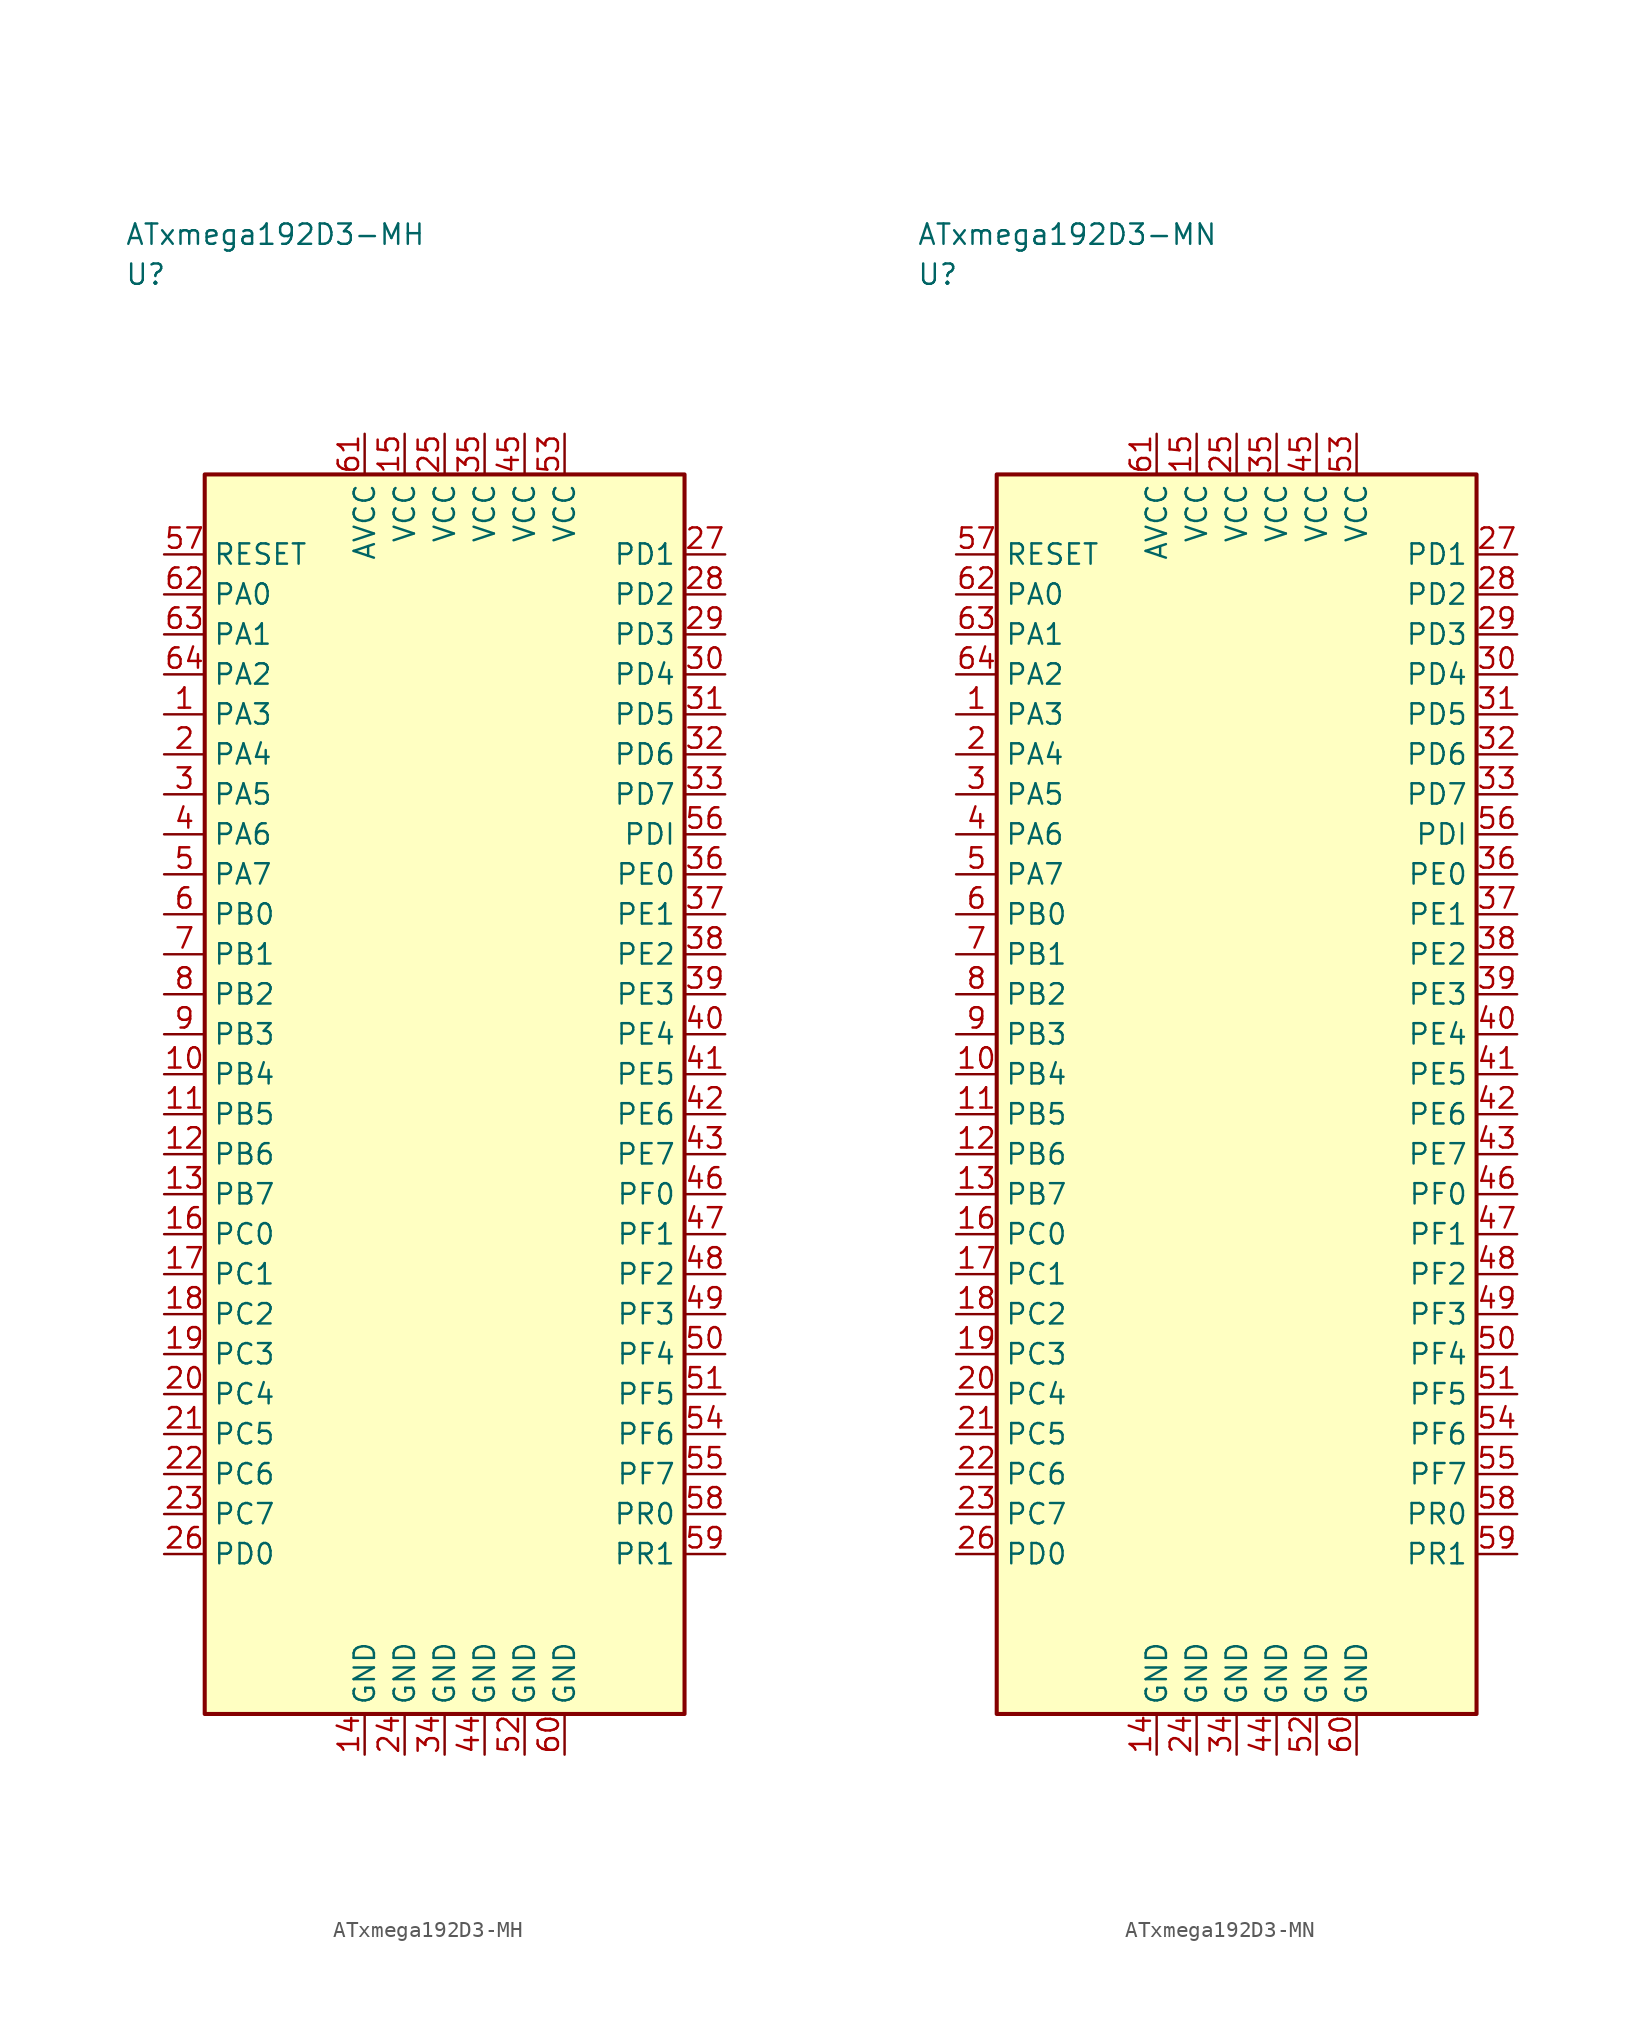
<source format=kicad_sym>
(kicad_symbol_lib
  (version 20241025)
  (generator "kicad_symbol_editor")
  (generator_version "8.0")
  (symbol "ATxmega192D3-MH"
    (property "Reference" "U"
      (at -20.0 51.25 0)
      (effects (font (size 1.27 1.27)) (justify left)))
    (property "Value" "ATxmega192D3-MH"
      (at -20.0 53.75 0)
      (effects (font (size 1.27 1.27)) (justify left)))
    (symbol "ATxmega192D3-MH_0_1"
      (rectangle (start -15.0 38.75) (end 15.0 -38.75) (stroke (width 0.254) (type default)) (fill (type background))))
    (symbol "ATxmega192D3-MH_1_1"
      (pin bidirectional line (at -17.54 23.75 0.0) (length 2.54) (name "PA3" (effects (font (size 1.27 1.27)))) (number "1" (effects (font (size 1.27 1.27)))))
      (pin bidirectional line (at -17.54 21.25 0.0) (length 2.54) (name "PA4" (effects (font (size 1.27 1.27)))) (number "2" (effects (font (size 1.27 1.27)))))
      (pin bidirectional line (at -17.54 18.75 0.0) (length 2.54) (name "PA5" (effects (font (size 1.27 1.27)))) (number "3" (effects (font (size 1.27 1.27)))))
      (pin bidirectional line (at -17.54 16.25 0.0) (length 2.54) (name "PA6" (effects (font (size 1.27 1.27)))) (number "4" (effects (font (size 1.27 1.27)))))
      (pin bidirectional line (at -17.54 13.75 0.0) (length 2.54) (name "PA7" (effects (font (size 1.27 1.27)))) (number "5" (effects (font (size 1.27 1.27)))))
      (pin bidirectional line (at -17.54 11.25 0.0) (length 2.54) (name "PB0" (effects (font (size 1.27 1.27)))) (number "6" (effects (font (size 1.27 1.27)))))
      (pin bidirectional line (at -17.54 8.75 0.0) (length 2.54) (name "PB1" (effects (font (size 1.27 1.27)))) (number "7" (effects (font (size 1.27 1.27)))))
      (pin bidirectional line (at -17.54 6.25 0.0) (length 2.54) (name "PB2" (effects (font (size 1.27 1.27)))) (number "8" (effects (font (size 1.27 1.27)))))
      (pin bidirectional line (at -17.54 3.75 0.0) (length 2.54) (name "PB3" (effects (font (size 1.27 1.27)))) (number "9" (effects (font (size 1.27 1.27)))))
      (pin bidirectional line (at -17.54 1.25 0.0) (length 2.54) (name "PB4" (effects (font (size 1.27 1.27)))) (number "10" (effects (font (size 1.27 1.27)))))
      (pin bidirectional line (at -17.54 -1.25 0.0) (length 2.54) (name "PB5" (effects (font (size 1.27 1.27)))) (number "11" (effects (font (size 1.27 1.27)))))
      (pin bidirectional line (at -17.54 -3.75 0.0) (length 2.54) (name "PB6" (effects (font (size 1.27 1.27)))) (number "12" (effects (font (size 1.27 1.27)))))
      (pin bidirectional line (at -17.54 -6.25 0.0) (length 2.54) (name "PB7" (effects (font (size 1.27 1.27)))) (number "13" (effects (font (size 1.27 1.27)))))
      (pin passive line (at -5.0 -41.29 90.0) (length 2.54) (name "GND" (effects (font (size 1.27 1.27)))) (number "14" (effects (font (size 1.27 1.27)))))
      (pin power_in line (at -2.5 41.29 270.0) (length 2.54) (name "VCC" (effects (font (size 1.27 1.27)))) (number "15" (effects (font (size 1.27 1.27)))))
      (pin bidirectional line (at -17.54 -8.75 0.0) (length 2.54) (name "PC0" (effects (font (size 1.27 1.27)))) (number "16" (effects (font (size 1.27 1.27)))))
      (pin bidirectional line (at -17.54 -11.25 0.0) (length 2.54) (name "PC1" (effects (font (size 1.27 1.27)))) (number "17" (effects (font (size 1.27 1.27)))))
      (pin bidirectional line (at -17.54 -13.75 0.0) (length 2.54) (name "PC2" (effects (font (size 1.27 1.27)))) (number "18" (effects (font (size 1.27 1.27)))))
      (pin bidirectional line (at -17.54 -16.25 0.0) (length 2.54) (name "PC3" (effects (font (size 1.27 1.27)))) (number "19" (effects (font (size 1.27 1.27)))))
      (pin bidirectional line (at -17.54 -18.75 0.0) (length 2.54) (name "PC4" (effects (font (size 1.27 1.27)))) (number "20" (effects (font (size 1.27 1.27)))))
      (pin bidirectional line (at -17.54 -21.25 0.0) (length 2.54) (name "PC5" (effects (font (size 1.27 1.27)))) (number "21" (effects (font (size 1.27 1.27)))))
      (pin bidirectional line (at -17.54 -23.75 0.0) (length 2.54) (name "PC6" (effects (font (size 1.27 1.27)))) (number "22" (effects (font (size 1.27 1.27)))))
      (pin bidirectional line (at -17.54 -26.25 0.0) (length 2.54) (name "PC7" (effects (font (size 1.27 1.27)))) (number "23" (effects (font (size 1.27 1.27)))))
      (pin passive line (at -2.5 -41.29 90.0) (length 2.54) (name "GND" (effects (font (size 1.27 1.27)))) (number "24" (effects (font (size 1.27 1.27)))))
      (pin power_in line (at 0.0 41.29 270.0) (length 2.54) (name "VCC" (effects (font (size 1.27 1.27)))) (number "25" (effects (font (size 1.27 1.27)))))
      (pin bidirectional line (at -17.54 -28.75 0.0) (length 2.54) (name "PD0" (effects (font (size 1.27 1.27)))) (number "26" (effects (font (size 1.27 1.27)))))
      (pin bidirectional line (at 17.54 33.75 180.0) (length 2.54) (name "PD1" (effects (font (size 1.27 1.27)))) (number "27" (effects (font (size 1.27 1.27)))))
      (pin bidirectional line (at 17.54 31.25 180.0) (length 2.54) (name "PD2" (effects (font (size 1.27 1.27)))) (number "28" (effects (font (size 1.27 1.27)))))
      (pin bidirectional line (at 17.54 28.75 180.0) (length 2.54) (name "PD3" (effects (font (size 1.27 1.27)))) (number "29" (effects (font (size 1.27 1.27)))))
      (pin bidirectional line (at 17.54 26.25 180.0) (length 2.54) (name "PD4" (effects (font (size 1.27 1.27)))) (number "30" (effects (font (size 1.27 1.27)))))
      (pin bidirectional line (at 17.54 23.75 180.0) (length 2.54) (name "PD5" (effects (font (size 1.27 1.27)))) (number "31" (effects (font (size 1.27 1.27)))))
      (pin bidirectional line (at 17.54 21.25 180.0) (length 2.54) (name "PD6" (effects (font (size 1.27 1.27)))) (number "32" (effects (font (size 1.27 1.27)))))
      (pin bidirectional line (at 17.54 18.75 180.0) (length 2.54) (name "PD7" (effects (font (size 1.27 1.27)))) (number "33" (effects (font (size 1.27 1.27)))))
      (pin passive line (at 0.0 -41.29 90.0) (length 2.54) (name "GND" (effects (font (size 1.27 1.27)))) (number "34" (effects (font (size 1.27 1.27)))))
      (pin power_in line (at 2.5 41.29 270.0) (length 2.54) (name "VCC" (effects (font (size 1.27 1.27)))) (number "35" (effects (font (size 1.27 1.27)))))
      (pin bidirectional line (at 17.54 13.75 180.0) (length 2.54) (name "PE0" (effects (font (size 1.27 1.27)))) (number "36" (effects (font (size 1.27 1.27)))))
      (pin bidirectional line (at 17.54 11.25 180.0) (length 2.54) (name "PE1" (effects (font (size 1.27 1.27)))) (number "37" (effects (font (size 1.27 1.27)))))
      (pin bidirectional line (at 17.54 8.75 180.0) (length 2.54) (name "PE2" (effects (font (size 1.27 1.27)))) (number "38" (effects (font (size 1.27 1.27)))))
      (pin bidirectional line (at 17.54 6.25 180.0) (length 2.54) (name "PE3" (effects (font (size 1.27 1.27)))) (number "39" (effects (font (size 1.27 1.27)))))
      (pin bidirectional line (at 17.54 3.75 180.0) (length 2.54) (name "PE4" (effects (font (size 1.27 1.27)))) (number "40" (effects (font (size 1.27 1.27)))))
      (pin bidirectional line (at 17.54 1.25 180.0) (length 2.54) (name "PE5" (effects (font (size 1.27 1.27)))) (number "41" (effects (font (size 1.27 1.27)))))
      (pin bidirectional line (at 17.54 -1.25 180.0) (length 2.54) (name "PE6" (effects (font (size 1.27 1.27)))) (number "42" (effects (font (size 1.27 1.27)))))
      (pin bidirectional line (at 17.54 -3.75 180.0) (length 2.54) (name "PE7" (effects (font (size 1.27 1.27)))) (number "43" (effects (font (size 1.27 1.27)))))
      (pin passive line (at 2.5 -41.29 90.0) (length 2.54) (name "GND" (effects (font (size 1.27 1.27)))) (number "44" (effects (font (size 1.27 1.27)))))
      (pin power_in line (at 5.0 41.29 270.0) (length 2.54) (name "VCC" (effects (font (size 1.27 1.27)))) (number "45" (effects (font (size 1.27 1.27)))))
      (pin bidirectional line (at 17.54 -6.25 180.0) (length 2.54) (name "PF0" (effects (font (size 1.27 1.27)))) (number "46" (effects (font (size 1.27 1.27)))))
      (pin bidirectional line (at 17.54 -8.75 180.0) (length 2.54) (name "PF1" (effects (font (size 1.27 1.27)))) (number "47" (effects (font (size 1.27 1.27)))))
      (pin bidirectional line (at 17.54 -11.25 180.0) (length 2.54) (name "PF2" (effects (font (size 1.27 1.27)))) (number "48" (effects (font (size 1.27 1.27)))))
      (pin bidirectional line (at 17.54 -13.75 180.0) (length 2.54) (name "PF3" (effects (font (size 1.27 1.27)))) (number "49" (effects (font (size 1.27 1.27)))))
      (pin bidirectional line (at 17.54 -16.25 180.0) (length 2.54) (name "PF4" (effects (font (size 1.27 1.27)))) (number "50" (effects (font (size 1.27 1.27)))))
      (pin bidirectional line (at 17.54 -18.75 180.0) (length 2.54) (name "PF5" (effects (font (size 1.27 1.27)))) (number "51" (effects (font (size 1.27 1.27)))))
      (pin passive line (at 5.0 -41.29 90.0) (length 2.54) (name "GND" (effects (font (size 1.27 1.27)))) (number "52" (effects (font (size 1.27 1.27)))))
      (pin power_in line (at 7.5 41.29 270.0) (length 2.54) (name "VCC" (effects (font (size 1.27 1.27)))) (number "53" (effects (font (size 1.27 1.27)))))
      (pin bidirectional line (at 17.54 -21.25 180.0) (length 2.54) (name "PF6" (effects (font (size 1.27 1.27)))) (number "54" (effects (font (size 1.27 1.27)))))
      (pin bidirectional line (at 17.54 -23.75 180.0) (length 2.54) (name "PF7" (effects (font (size 1.27 1.27)))) (number "55" (effects (font (size 1.27 1.27)))))
      (pin bidirectional line (at 17.54 16.25 180.0) (length 2.54) (name "PDI" (effects (font (size 1.27 1.27)))) (number "56" (effects (font (size 1.27 1.27)))))
      (pin input line (at -17.54 33.75 0.0) (length 2.54) (name "RESET" (effects (font (size 1.27 1.27)))) (number "57" (effects (font (size 1.27 1.27)))))
      (pin bidirectional line (at 17.54 -26.25 180.0) (length 2.54) (name "PR0" (effects (font (size 1.27 1.27)))) (number "58" (effects (font (size 1.27 1.27)))))
      (pin bidirectional line (at 17.54 -28.75 180.0) (length 2.54) (name "PR1" (effects (font (size 1.27 1.27)))) (number "59" (effects (font (size 1.27 1.27)))))
      (pin passive line (at 7.5 -41.29 90.0) (length 2.54) (name "GND" (effects (font (size 1.27 1.27)))) (number "60" (effects (font (size 1.27 1.27)))))
      (pin power_in line (at -5.0 41.29 270.0) (length 2.54) (name "AVCC" (effects (font (size 1.27 1.27)))) (number "61" (effects (font (size 1.27 1.27)))))
      (pin bidirectional line (at -17.54 31.25 0.0) (length 2.54) (name "PA0" (effects (font (size 1.27 1.27)))) (number "62" (effects (font (size 1.27 1.27)))))
      (pin bidirectional line (at -17.54 28.75 0.0) (length 2.54) (name "PA1" (effects (font (size 1.27 1.27)))) (number "63" (effects (font (size 1.27 1.27)))))
      (pin bidirectional line (at -17.54 26.25 0.0) (length 2.54) (name "PA2" (effects (font (size 1.27 1.27)))) (number "64" (effects (font (size 1.27 1.27)))))))
  (symbol "ATxmega192D3-MN"
    (property "Reference" "U"
      (at -20.0 51.25 0)
      (effects (font (size 1.27 1.27)) (justify left)))
    (property "Value" "ATxmega192D3-MN"
      (at -20.0 53.75 0)
      (effects (font (size 1.27 1.27)) (justify left)))
    (symbol "ATxmega192D3-MN_0_1"
      (rectangle (start -15.0 38.75) (end 15.0 -38.75) (stroke (width 0.254) (type default)) (fill (type background))))
    (symbol "ATxmega192D3-MN_1_1"
      (pin bidirectional line (at -17.54 23.75 0.0) (length 2.54) (name "PA3" (effects (font (size 1.27 1.27)))) (number "1" (effects (font (size 1.27 1.27)))))
      (pin bidirectional line (at -17.54 21.25 0.0) (length 2.54) (name "PA4" (effects (font (size 1.27 1.27)))) (number "2" (effects (font (size 1.27 1.27)))))
      (pin bidirectional line (at -17.54 18.75 0.0) (length 2.54) (name "PA5" (effects (font (size 1.27 1.27)))) (number "3" (effects (font (size 1.27 1.27)))))
      (pin bidirectional line (at -17.54 16.25 0.0) (length 2.54) (name "PA6" (effects (font (size 1.27 1.27)))) (number "4" (effects (font (size 1.27 1.27)))))
      (pin bidirectional line (at -17.54 13.75 0.0) (length 2.54) (name "PA7" (effects (font (size 1.27 1.27)))) (number "5" (effects (font (size 1.27 1.27)))))
      (pin bidirectional line (at -17.54 11.25 0.0) (length 2.54) (name "PB0" (effects (font (size 1.27 1.27)))) (number "6" (effects (font (size 1.27 1.27)))))
      (pin bidirectional line (at -17.54 8.75 0.0) (length 2.54) (name "PB1" (effects (font (size 1.27 1.27)))) (number "7" (effects (font (size 1.27 1.27)))))
      (pin bidirectional line (at -17.54 6.25 0.0) (length 2.54) (name "PB2" (effects (font (size 1.27 1.27)))) (number "8" (effects (font (size 1.27 1.27)))))
      (pin bidirectional line (at -17.54 3.75 0.0) (length 2.54) (name "PB3" (effects (font (size 1.27 1.27)))) (number "9" (effects (font (size 1.27 1.27)))))
      (pin bidirectional line (at -17.54 1.25 0.0) (length 2.54) (name "PB4" (effects (font (size 1.27 1.27)))) (number "10" (effects (font (size 1.27 1.27)))))
      (pin bidirectional line (at -17.54 -1.25 0.0) (length 2.54) (name "PB5" (effects (font (size 1.27 1.27)))) (number "11" (effects (font (size 1.27 1.27)))))
      (pin bidirectional line (at -17.54 -3.75 0.0) (length 2.54) (name "PB6" (effects (font (size 1.27 1.27)))) (number "12" (effects (font (size 1.27 1.27)))))
      (pin bidirectional line (at -17.54 -6.25 0.0) (length 2.54) (name "PB7" (effects (font (size 1.27 1.27)))) (number "13" (effects (font (size 1.27 1.27)))))
      (pin passive line (at -5.0 -41.29 90.0) (length 2.54) (name "GND" (effects (font (size 1.27 1.27)))) (number "14" (effects (font (size 1.27 1.27)))))
      (pin power_in line (at -2.5 41.29 270.0) (length 2.54) (name "VCC" (effects (font (size 1.27 1.27)))) (number "15" (effects (font (size 1.27 1.27)))))
      (pin bidirectional line (at -17.54 -8.75 0.0) (length 2.54) (name "PC0" (effects (font (size 1.27 1.27)))) (number "16" (effects (font (size 1.27 1.27)))))
      (pin bidirectional line (at -17.54 -11.25 0.0) (length 2.54) (name "PC1" (effects (font (size 1.27 1.27)))) (number "17" (effects (font (size 1.27 1.27)))))
      (pin bidirectional line (at -17.54 -13.75 0.0) (length 2.54) (name "PC2" (effects (font (size 1.27 1.27)))) (number "18" (effects (font (size 1.27 1.27)))))
      (pin bidirectional line (at -17.54 -16.25 0.0) (length 2.54) (name "PC3" (effects (font (size 1.27 1.27)))) (number "19" (effects (font (size 1.27 1.27)))))
      (pin bidirectional line (at -17.54 -18.75 0.0) (length 2.54) (name "PC4" (effects (font (size 1.27 1.27)))) (number "20" (effects (font (size 1.27 1.27)))))
      (pin bidirectional line (at -17.54 -21.25 0.0) (length 2.54) (name "PC5" (effects (font (size 1.27 1.27)))) (number "21" (effects (font (size 1.27 1.27)))))
      (pin bidirectional line (at -17.54 -23.75 0.0) (length 2.54) (name "PC6" (effects (font (size 1.27 1.27)))) (number "22" (effects (font (size 1.27 1.27)))))
      (pin bidirectional line (at -17.54 -26.25 0.0) (length 2.54) (name "PC7" (effects (font (size 1.27 1.27)))) (number "23" (effects (font (size 1.27 1.27)))))
      (pin passive line (at -2.5 -41.29 90.0) (length 2.54) (name "GND" (effects (font (size 1.27 1.27)))) (number "24" (effects (font (size 1.27 1.27)))))
      (pin power_in line (at 0.0 41.29 270.0) (length 2.54) (name "VCC" (effects (font (size 1.27 1.27)))) (number "25" (effects (font (size 1.27 1.27)))))
      (pin bidirectional line (at -17.54 -28.75 0.0) (length 2.54) (name "PD0" (effects (font (size 1.27 1.27)))) (number "26" (effects (font (size 1.27 1.27)))))
      (pin bidirectional line (at 17.54 33.75 180.0) (length 2.54) (name "PD1" (effects (font (size 1.27 1.27)))) (number "27" (effects (font (size 1.27 1.27)))))
      (pin bidirectional line (at 17.54 31.25 180.0) (length 2.54) (name "PD2" (effects (font (size 1.27 1.27)))) (number "28" (effects (font (size 1.27 1.27)))))
      (pin bidirectional line (at 17.54 28.75 180.0) (length 2.54) (name "PD3" (effects (font (size 1.27 1.27)))) (number "29" (effects (font (size 1.27 1.27)))))
      (pin bidirectional line (at 17.54 26.25 180.0) (length 2.54) (name "PD4" (effects (font (size 1.27 1.27)))) (number "30" (effects (font (size 1.27 1.27)))))
      (pin bidirectional line (at 17.54 23.75 180.0) (length 2.54) (name "PD5" (effects (font (size 1.27 1.27)))) (number "31" (effects (font (size 1.27 1.27)))))
      (pin bidirectional line (at 17.54 21.25 180.0) (length 2.54) (name "PD6" (effects (font (size 1.27 1.27)))) (number "32" (effects (font (size 1.27 1.27)))))
      (pin bidirectional line (at 17.54 18.75 180.0) (length 2.54) (name "PD7" (effects (font (size 1.27 1.27)))) (number "33" (effects (font (size 1.27 1.27)))))
      (pin passive line (at 0.0 -41.29 90.0) (length 2.54) (name "GND" (effects (font (size 1.27 1.27)))) (number "34" (effects (font (size 1.27 1.27)))))
      (pin power_in line (at 2.5 41.29 270.0) (length 2.54) (name "VCC" (effects (font (size 1.27 1.27)))) (number "35" (effects (font (size 1.27 1.27)))))
      (pin bidirectional line (at 17.54 13.75 180.0) (length 2.54) (name "PE0" (effects (font (size 1.27 1.27)))) (number "36" (effects (font (size 1.27 1.27)))))
      (pin bidirectional line (at 17.54 11.25 180.0) (length 2.54) (name "PE1" (effects (font (size 1.27 1.27)))) (number "37" (effects (font (size 1.27 1.27)))))
      (pin bidirectional line (at 17.54 8.75 180.0) (length 2.54) (name "PE2" (effects (font (size 1.27 1.27)))) (number "38" (effects (font (size 1.27 1.27)))))
      (pin bidirectional line (at 17.54 6.25 180.0) (length 2.54) (name "PE3" (effects (font (size 1.27 1.27)))) (number "39" (effects (font (size 1.27 1.27)))))
      (pin bidirectional line (at 17.54 3.75 180.0) (length 2.54) (name "PE4" (effects (font (size 1.27 1.27)))) (number "40" (effects (font (size 1.27 1.27)))))
      (pin bidirectional line (at 17.54 1.25 180.0) (length 2.54) (name "PE5" (effects (font (size 1.27 1.27)))) (number "41" (effects (font (size 1.27 1.27)))))
      (pin bidirectional line (at 17.54 -1.25 180.0) (length 2.54) (name "PE6" (effects (font (size 1.27 1.27)))) (number "42" (effects (font (size 1.27 1.27)))))
      (pin bidirectional line (at 17.54 -3.75 180.0) (length 2.54) (name "PE7" (effects (font (size 1.27 1.27)))) (number "43" (effects (font (size 1.27 1.27)))))
      (pin passive line (at 2.5 -41.29 90.0) (length 2.54) (name "GND" (effects (font (size 1.27 1.27)))) (number "44" (effects (font (size 1.27 1.27)))))
      (pin power_in line (at 5.0 41.29 270.0) (length 2.54) (name "VCC" (effects (font (size 1.27 1.27)))) (number "45" (effects (font (size 1.27 1.27)))))
      (pin bidirectional line (at 17.54 -6.25 180.0) (length 2.54) (name "PF0" (effects (font (size 1.27 1.27)))) (number "46" (effects (font (size 1.27 1.27)))))
      (pin bidirectional line (at 17.54 -8.75 180.0) (length 2.54) (name "PF1" (effects (font (size 1.27 1.27)))) (number "47" (effects (font (size 1.27 1.27)))))
      (pin bidirectional line (at 17.54 -11.25 180.0) (length 2.54) (name "PF2" (effects (font (size 1.27 1.27)))) (number "48" (effects (font (size 1.27 1.27)))))
      (pin bidirectional line (at 17.54 -13.75 180.0) (length 2.54) (name "PF3" (effects (font (size 1.27 1.27)))) (number "49" (effects (font (size 1.27 1.27)))))
      (pin bidirectional line (at 17.54 -16.25 180.0) (length 2.54) (name "PF4" (effects (font (size 1.27 1.27)))) (number "50" (effects (font (size 1.27 1.27)))))
      (pin bidirectional line (at 17.54 -18.75 180.0) (length 2.54) (name "PF5" (effects (font (size 1.27 1.27)))) (number "51" (effects (font (size 1.27 1.27)))))
      (pin passive line (at 5.0 -41.29 90.0) (length 2.54) (name "GND" (effects (font (size 1.27 1.27)))) (number "52" (effects (font (size 1.27 1.27)))))
      (pin power_in line (at 7.5 41.29 270.0) (length 2.54) (name "VCC" (effects (font (size 1.27 1.27)))) (number "53" (effects (font (size 1.27 1.27)))))
      (pin bidirectional line (at 17.54 -21.25 180.0) (length 2.54) (name "PF6" (effects (font (size 1.27 1.27)))) (number "54" (effects (font (size 1.27 1.27)))))
      (pin bidirectional line (at 17.54 -23.75 180.0) (length 2.54) (name "PF7" (effects (font (size 1.27 1.27)))) (number "55" (effects (font (size 1.27 1.27)))))
      (pin bidirectional line (at 17.54 16.25 180.0) (length 2.54) (name "PDI" (effects (font (size 1.27 1.27)))) (number "56" (effects (font (size 1.27 1.27)))))
      (pin input line (at -17.54 33.75 0.0) (length 2.54) (name "RESET" (effects (font (size 1.27 1.27)))) (number "57" (effects (font (size 1.27 1.27)))))
      (pin bidirectional line (at 17.54 -26.25 180.0) (length 2.54) (name "PR0" (effects (font (size 1.27 1.27)))) (number "58" (effects (font (size 1.27 1.27)))))
      (pin bidirectional line (at 17.54 -28.75 180.0) (length 2.54) (name "PR1" (effects (font (size 1.27 1.27)))) (number "59" (effects (font (size 1.27 1.27)))))
      (pin passive line (at 7.5 -41.29 90.0) (length 2.54) (name "GND" (effects (font (size 1.27 1.27)))) (number "60" (effects (font (size 1.27 1.27)))))
      (pin power_in line (at -5.0 41.29 270.0) (length 2.54) (name "AVCC" (effects (font (size 1.27 1.27)))) (number "61" (effects (font (size 1.27 1.27)))))
      (pin bidirectional line (at -17.54 31.25 0.0) (length 2.54) (name "PA0" (effects (font (size 1.27 1.27)))) (number "62" (effects (font (size 1.27 1.27)))))
      (pin bidirectional line (at -17.54 28.75 0.0) (length 2.54) (name "PA1" (effects (font (size 1.27 1.27)))) (number "63" (effects (font (size 1.27 1.27)))))
      (pin bidirectional line (at -17.54 26.25 0.0) (length 2.54) (name "PA2" (effects (font (size 1.27 1.27)))) (number "64" (effects (font (size 1.27 1.27))))))))
</source>
